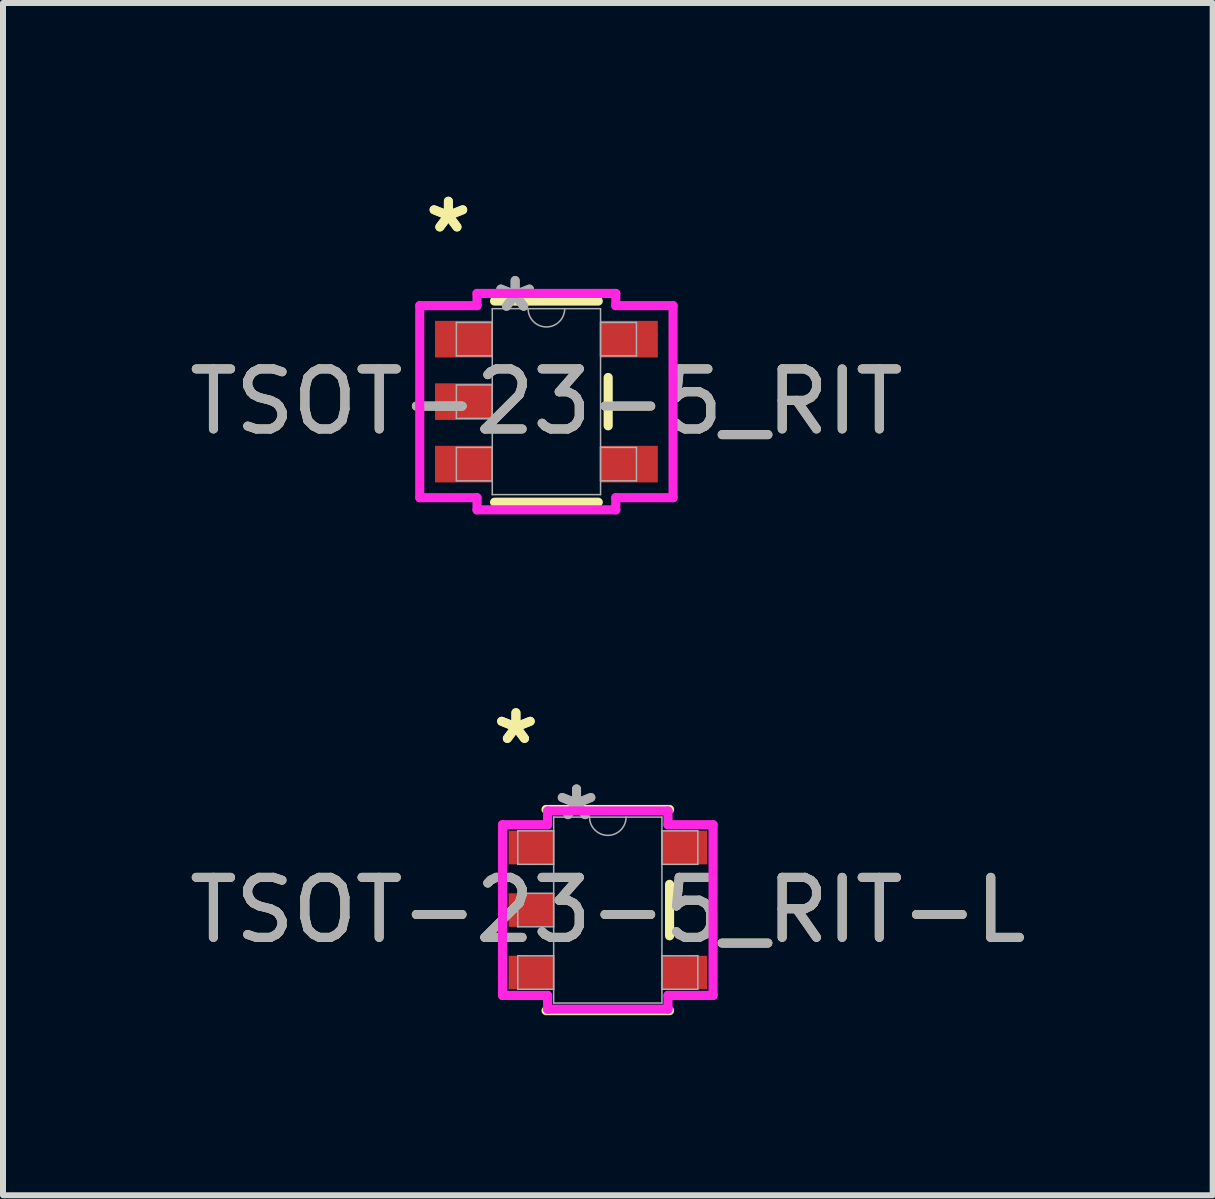
<source format=kicad_pcb>
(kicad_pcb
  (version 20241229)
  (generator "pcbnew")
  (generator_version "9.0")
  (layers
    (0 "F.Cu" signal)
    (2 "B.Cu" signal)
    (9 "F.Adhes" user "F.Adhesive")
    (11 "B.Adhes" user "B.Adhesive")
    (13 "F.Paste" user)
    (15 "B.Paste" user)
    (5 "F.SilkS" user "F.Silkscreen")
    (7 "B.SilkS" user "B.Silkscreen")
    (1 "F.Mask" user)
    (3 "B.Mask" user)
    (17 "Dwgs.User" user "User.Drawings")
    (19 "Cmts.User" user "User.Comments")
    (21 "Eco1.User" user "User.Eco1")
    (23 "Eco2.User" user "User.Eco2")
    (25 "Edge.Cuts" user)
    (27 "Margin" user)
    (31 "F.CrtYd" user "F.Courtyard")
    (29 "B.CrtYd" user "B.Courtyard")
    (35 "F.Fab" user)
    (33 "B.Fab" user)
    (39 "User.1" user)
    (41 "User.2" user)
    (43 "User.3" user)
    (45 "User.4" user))
  (footprint "TSOT-23-5_RIT-L"
    (layer "F.Cu")
    (at 7.077 12.113)
    (property "Reference" "TSOT-23-5_RIT-L" (at 0 0 0) (unlocked yes) (layer "F.SilkS") (effects (font (size 1 1) (thickness 0.15))))
    (attr smd)
    (fp_line (start -1.029 1.676) (end 1.029 1.676) (stroke (width 0.152) (type solid)) (layer "F.SilkS"))
    (fp_line (start 1.029 -1.676) (end -1.029 -1.676) (stroke (width 0.152) (type solid)) (layer "F.SilkS"))
    (fp_line (start 1.029 0.429) (end 1.029 -0.429) (stroke (width 0.152) (type solid)) (layer "F.SilkS"))
    (fp_line (start -1.754 -1.422) (end -1.003 -1.422) (stroke (width 0.152) (type solid)) (layer "F.CrtYd"))
    (fp_line (start -1.754 1.422) (end -1.754 -1.422) (stroke (width 0.152) (type solid)) (layer "F.CrtYd"))
    (fp_line (start -1.754 1.422) (end -1.003 1.422) (stroke (width 0.152) (type solid)) (layer "F.CrtYd"))
    (fp_line (start -1.003 -1.651) (end 1.003 -1.651) (stroke (width 0.152) (type solid)) (layer "F.CrtYd"))
    (fp_line (start -1.003 -1.422) (end -1.003 -1.651) (stroke (width 0.152) (type solid)) (layer "F.CrtYd"))
    (fp_line (start -1.003 1.651) (end -1.003 1.422) (stroke (width 0.152) (type solid)) (layer "F.CrtYd"))
    (fp_line (start 1.003 -1.651) (end 1.003 -1.422) (stroke (width 0.152) (type solid)) (layer "F.CrtYd"))
    (fp_line (start 1.003 1.422) (end 1.003 1.651) (stroke (width 0.152) (type solid)) (layer "F.CrtYd"))
    (fp_line (start 1.003 1.651) (end -1.003 1.651) (stroke (width 0.152) (type solid)) (layer "F.CrtYd"))
    (fp_line (start 1.754 -1.422) (end 1.003 -1.422) (stroke (width 0.152) (type solid)) (layer "F.CrtYd"))
    (fp_line (start 1.754 -1.422) (end 1.754 1.422) (stroke (width 0.152) (type solid)) (layer "F.CrtYd"))
    (fp_line (start 1.754 1.422) (end 1.003 1.422) (stroke (width 0.152) (type solid)) (layer "F.CrtYd"))
    (fp_line (start -1.5 -1.32) (end -1.5 -0.762) (stroke (width 0.025) (type solid)) (layer "F.Fab"))
    (fp_line (start -1.5 -0.762) (end -0.902 -0.762) (stroke (width 0.025) (type solid)) (layer "F.Fab"))
    (fp_line (start -1.5 -0.279) (end -1.5 0.279) (stroke (width 0.025) (type solid)) (layer "F.Fab"))
    (fp_line (start -1.5 0.279) (end -0.902 0.279) (stroke (width 0.025) (type solid)) (layer "F.Fab"))
    (fp_line (start -1.5 0.762) (end -1.5 1.32) (stroke (width 0.025) (type solid)) (layer "F.Fab"))
    (fp_line (start -1.5 1.32) (end -0.902 1.32) (stroke (width 0.025) (type solid)) (layer "F.Fab"))
    (fp_line (start -0.902 -1.549) (end -0.902 1.549) (stroke (width 0.025) (type solid)) (layer "F.Fab"))
    (fp_line (start -0.902 -1.32) (end -1.5 -1.32) (stroke (width 0.025) (type solid)) (layer "F.Fab"))
    (fp_line (start -0.902 -0.762) (end -0.902 -1.32) (stroke (width 0.025) (type solid)) (layer "F.Fab"))
    (fp_line (start -0.902 -0.279) (end -1.5 -0.279) (stroke (width 0.025) (type solid)) (layer "F.Fab"))
    (fp_line (start -0.902 0.279) (end -0.902 -0.279) (stroke (width 0.025) (type solid)) (layer "F.Fab"))
    (fp_line (start -0.902 0.762) (end -1.5 0.762) (stroke (width 0.025) (type solid)) (layer "F.Fab"))
    (fp_line (start -0.902 1.32) (end -0.902 0.762) (stroke (width 0.025) (type solid)) (layer "F.Fab"))
    (fp_line (start -0.902 1.549) (end 0.902 1.549) (stroke (width 0.025) (type solid)) (layer "F.Fab"))
    (fp_line (start 0.902 -1.549) (end -0.902 -1.549) (stroke (width 0.025) (type solid)) (layer "F.Fab"))
    (fp_line (start 0.902 -1.32) (end 0.902 -0.762) (stroke (width 0.025) (type solid)) (layer "F.Fab"))
    (fp_line (start 0.902 -0.762) (end 1.5 -0.762) (stroke (width 0.025) (type solid)) (layer "F.Fab"))
    (fp_line (start 0.902 0.762) (end 0.902 1.32) (stroke (width 0.025) (type solid)) (layer "F.Fab"))
    (fp_line (start 0.902 1.32) (end 1.5 1.32) (stroke (width 0.025) (type solid)) (layer "F.Fab"))
    (fp_line (start 0.902 1.549) (end 0.902 -1.549) (stroke (width 0.025) (type solid)) (layer "F.Fab"))
    (fp_line (start 1.5 -1.32) (end 0.902 -1.32) (stroke (width 0.025) (type solid)) (layer "F.Fab"))
    (fp_line (start 1.5 -0.762) (end 1.5 -1.32) (stroke (width 0.025) (type solid)) (layer "F.Fab"))
    (fp_line (start 1.5 0.762) (end 0.902 0.762) (stroke (width 0.025) (type solid)) (layer "F.Fab"))
    (fp_line (start 1.5 1.32) (end 1.5 0.762) (stroke (width 0.025) (type solid)) (layer "F.Fab"))
    (fp_arc (start 0.3048 -1.5494) (mid 0 -1.2446) (end -0.3048 -1.5494) (stroke (width 0.0254) (type solid)) (layer "F.Fab"))
    (fp_text user "*" (at -1.531 -2.743 0) (unlocked yes) (layer "F.SilkS") (effects (font (size 1 1) (thickness 0.15))))
    (fp_text user "*" (at -1.531 -2.743 0) (layer "F.SilkS") (effects (font (size 1 1) (thickness 0.15))))
    (fp_text user "*" (at -0.521 -1.473 0) (layer "F.Fab") (effects (font (size 1 1) (thickness 0.15))))
    (fp_text user "*" (at -0.521 -1.473 0) (unlocked yes) (layer "F.Fab") (effects (font (size 1 1) (thickness 0.15))))
    (fp_text user "${REFERENCE}" (at 0 0 0) (unlocked yes) (layer "F.Fab") (effects (font (size 1 1) (thickness 0.15))))
    (pad "1" smd rect (at -1.277 -1.041) (size 0.751 0.559) (layers "F.Cu" "F.Mask" "F.Paste"))
    (pad "2" smd rect (at -1.277 0) (size 0.751 0.559) (layers "F.Cu" "F.Mask" "F.Paste"))
    (pad "3" smd rect (at -1.277 1.041) (size 0.751 0.559) (layers "F.Cu" "F.Mask" "F.Paste"))
    (pad "4" smd rect (at 1.277 1.041) (size 0.751 0.559) (layers "F.Cu" "F.Mask" "F.Paste"))
    (pad "5" smd rect (at 1.277 -1.041) (size 0.751 0.559) (layers "F.Cu" "F.Mask" "F.Paste")))
  (footprint "TSOT-23-5_RIT"
    (layer "F.Cu")
    (at 6.054 3.642)
    (property "Reference" "TSOT-23-5_RIT" (at 0 0 0) (unlocked yes) (layer "F.SilkS") (effects (font (size 1 1) (thickness 0.15))))
    (attr smd)
    (fp_line (start -0.864 1.676) (end 0.864 1.676) (stroke (width 0.152) (type solid)) (layer "F.SilkS"))
    (fp_line (start 0.864 -1.676) (end -0.864 -1.676) (stroke (width 0.152) (type solid)) (layer "F.SilkS"))
    (fp_line (start 1.029 0.403) (end 1.029 -0.403) (stroke (width 0.152) (type solid)) (layer "F.SilkS"))
    (fp_line (start -2.11 -1.6) (end -1.156 -1.6) (stroke (width 0.152) (type solid)) (layer "F.CrtYd"))
    (fp_line (start -2.11 1.6) (end -2.11 -1.6) (stroke (width 0.152) (type solid)) (layer "F.CrtYd"))
    (fp_line (start -2.11 1.6) (end -1.156 1.6) (stroke (width 0.152) (type solid)) (layer "F.CrtYd"))
    (fp_line (start -1.156 -1.803) (end 1.156 -1.803) (stroke (width 0.152) (type solid)) (layer "F.CrtYd"))
    (fp_line (start -1.156 -1.6) (end -1.156 -1.803) (stroke (width 0.152) (type solid)) (layer "F.CrtYd"))
    (fp_line (start -1.156 1.803) (end -1.156 1.6) (stroke (width 0.152) (type solid)) (layer "F.CrtYd"))
    (fp_line (start 1.156 -1.803) (end 1.156 -1.6) (stroke (width 0.152) (type solid)) (layer "F.CrtYd"))
    (fp_line (start 1.156 1.6) (end 1.156 1.803) (stroke (width 0.152) (type solid)) (layer "F.CrtYd"))
    (fp_line (start 1.156 1.803) (end -1.156 1.803) (stroke (width 0.152) (type solid)) (layer "F.CrtYd"))
    (fp_line (start 2.11 -1.6) (end 1.156 -1.6) (stroke (width 0.152) (type solid)) (layer "F.CrtYd"))
    (fp_line (start 2.11 -1.6) (end 2.11 1.6) (stroke (width 0.152) (type solid)) (layer "F.CrtYd"))
    (fp_line (start 2.11 1.6) (end 1.156 1.6) (stroke (width 0.152) (type solid)) (layer "F.CrtYd"))
    (fp_line (start -1.5 -1.32) (end -1.5 -0.762) (stroke (width 0.025) (type solid)) (layer "F.Fab"))
    (fp_line (start -1.5 -0.762) (end -0.902 -0.762) (stroke (width 0.025) (type solid)) (layer "F.Fab"))
    (fp_line (start -1.5 -0.279) (end -1.5 0.279) (stroke (width 0.025) (type solid)) (layer "F.Fab"))
    (fp_line (start -1.5 0.279) (end -0.902 0.279) (stroke (width 0.025) (type solid)) (layer "F.Fab"))
    (fp_line (start -1.5 0.762) (end -1.5 1.32) (stroke (width 0.025) (type solid)) (layer "F.Fab"))
    (fp_line (start -1.5 1.32) (end -0.902 1.32) (stroke (width 0.025) (type solid)) (layer "F.Fab"))
    (fp_line (start -0.902 -1.549) (end -0.902 1.549) (stroke (width 0.025) (type solid)) (layer "F.Fab"))
    (fp_line (start -0.902 -1.32) (end -1.5 -1.32) (stroke (width 0.025) (type solid)) (layer "F.Fab"))
    (fp_line (start -0.902 -0.762) (end -0.902 -1.32) (stroke (width 0.025) (type solid)) (layer "F.Fab"))
    (fp_line (start -0.902 -0.279) (end -1.5 -0.279) (stroke (width 0.025) (type solid)) (layer "F.Fab"))
    (fp_line (start -0.902 0.279) (end -0.902 -0.279) (stroke (width 0.025) (type solid)) (layer "F.Fab"))
    (fp_line (start -0.902 0.762) (end -1.5 0.762) (stroke (width 0.025) (type solid)) (layer "F.Fab"))
    (fp_line (start -0.902 1.32) (end -0.902 0.762) (stroke (width 0.025) (type solid)) (layer "F.Fab"))
    (fp_line (start -0.902 1.549) (end 0.902 1.549) (stroke (width 0.025) (type solid)) (layer "F.Fab"))
    (fp_line (start 0.902 -1.549) (end -0.902 -1.549) (stroke (width 0.025) (type solid)) (layer "F.Fab"))
    (fp_line (start 0.902 -1.32) (end 0.902 -0.762) (stroke (width 0.025) (type solid)) (layer "F.Fab"))
    (fp_line (start 0.902 -0.762) (end 1.5 -0.762) (stroke (width 0.025) (type solid)) (layer "F.Fab"))
    (fp_line (start 0.902 0.762) (end 0.902 1.32) (stroke (width 0.025) (type solid)) (layer "F.Fab"))
    (fp_line (start 0.902 1.32) (end 1.5 1.32) (stroke (width 0.025) (type solid)) (layer "F.Fab"))
    (fp_line (start 0.902 1.549) (end 0.902 -1.549) (stroke (width 0.025) (type solid)) (layer "F.Fab"))
    (fp_line (start 1.5 -1.32) (end 0.902 -1.32) (stroke (width 0.025) (type solid)) (layer "F.Fab"))
    (fp_line (start 1.5 -0.762) (end 1.5 -1.32) (stroke (width 0.025) (type solid)) (layer "F.Fab"))
    (fp_line (start 1.5 0.762) (end 0.902 0.762) (stroke (width 0.025) (type solid)) (layer "F.Fab"))
    (fp_line (start 1.5 1.32) (end 1.5 0.762) (stroke (width 0.025) (type solid)) (layer "F.Fab"))
    (fp_arc (start 0.3048 -1.5494) (mid 0 -1.2446) (end -0.3048 -1.5494) (stroke (width 0.0254) (type solid)) (layer "F.Fab"))
    (fp_text user "*" (at -1.633 -2.794 0) (layer "F.SilkS") (effects (font (size 1 1) (thickness 0.15))))
    (fp_text user "*" (at -1.633 -2.794 0) (unlocked yes) (layer "F.SilkS") (effects (font (size 1 1) (thickness 0.15))))
    (fp_text user "*" (at -0.521 -1.473 0) (layer "F.Fab") (effects (font (size 1 1) (thickness 0.15))))
    (fp_text user "${REFERENCE}" (at 0 0 0) (unlocked yes) (layer "F.Fab") (effects (font (size 1 1) (thickness 0.15))))
    (fp_text user "*" (at -0.521 -1.473 0) (unlocked yes) (layer "F.Fab") (effects (font (size 1 1) (thickness 0.15))))
    (pad "1" smd rect (at -1.379 -1.041) (size 0.954 0.61) (layers "F.Cu" "F.Mask" "F.Paste"))
    (pad "2" smd rect (at -1.379 0) (size 0.954 0.61) (layers "F.Cu" "F.Mask" "F.Paste"))
    (pad "3" smd rect (at -1.379 1.041) (size 0.954 0.61) (layers "F.Cu" "F.Mask" "F.Paste"))
    (pad "4" smd rect (at 1.379 1.041) (size 0.954 0.61) (layers "F.Cu" "F.Mask" "F.Paste"))
    (pad "5" smd rect (at 1.379 -1.041) (size 0.954 0.61) (layers "F.Cu" "F.Mask" "F.Paste")))
  (gr_rect
    (start -3 -3)
    (end 17.155 16.865)
    (stroke (width 0.1) (type default))
    (fill no)
    (layer "Edge.Cuts")))
</source>
